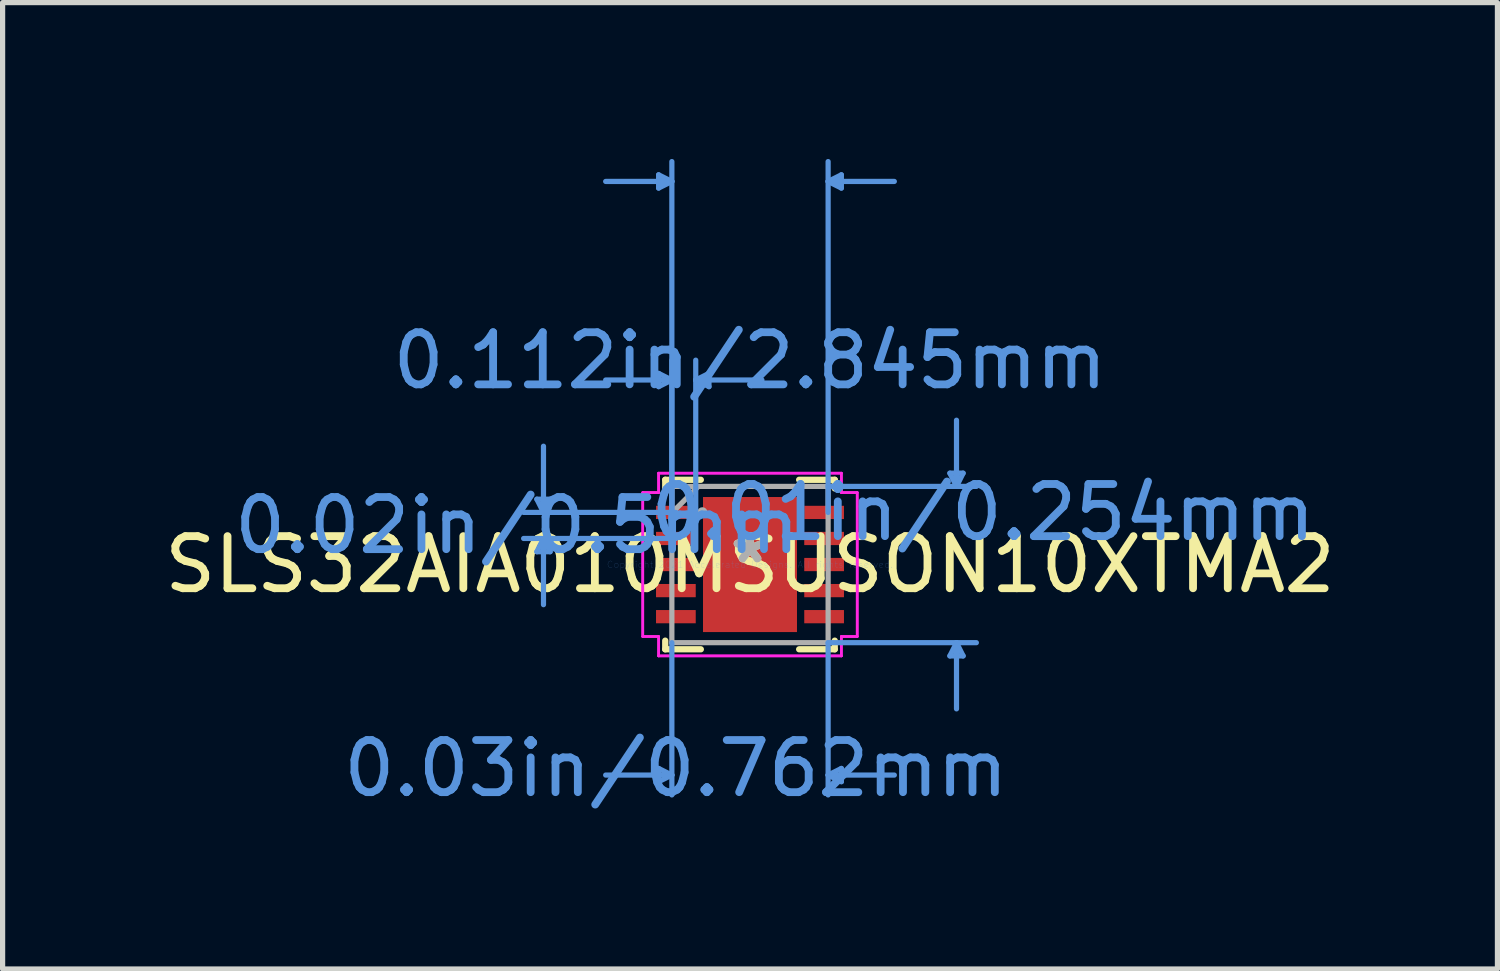
<source format=kicad_pcb>
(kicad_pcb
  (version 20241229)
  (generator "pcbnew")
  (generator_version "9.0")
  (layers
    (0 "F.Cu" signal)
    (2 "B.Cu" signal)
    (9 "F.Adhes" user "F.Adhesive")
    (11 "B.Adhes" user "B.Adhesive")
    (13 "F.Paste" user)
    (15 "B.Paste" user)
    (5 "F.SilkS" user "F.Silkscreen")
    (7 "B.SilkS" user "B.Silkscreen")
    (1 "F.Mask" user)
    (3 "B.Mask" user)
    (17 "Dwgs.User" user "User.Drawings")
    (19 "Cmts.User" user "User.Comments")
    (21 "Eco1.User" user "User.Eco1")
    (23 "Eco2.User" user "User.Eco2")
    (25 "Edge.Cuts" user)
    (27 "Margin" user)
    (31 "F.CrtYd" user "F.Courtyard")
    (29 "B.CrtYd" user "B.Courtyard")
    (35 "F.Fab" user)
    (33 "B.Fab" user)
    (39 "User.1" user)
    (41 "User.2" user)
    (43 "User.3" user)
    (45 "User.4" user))
  (footprint "SLS32AIA010MSUSON10XTMA2"
    (layer "F.Cu")
    (at 11.339 7.781)
    (property "Reference" "SLS32AIA010MSUSON10XTMA2" (at 0 0 0) (layer "F.SilkS") (effects (font (size 1 1) (thickness 0.15))))
    (attr through_hole)
    (fp_line (start -1.626 -1.626) (end -1.626 -1.46) (stroke (width 0.12) (type solid)) (layer "F.SilkS"))
    (fp_line (start -1.626 1.46) (end -1.626 1.626) (stroke (width 0.12) (type solid)) (layer "F.SilkS"))
    (fp_line (start -1.626 1.626) (end -0.943 1.626) (stroke (width 0.12) (type solid)) (layer "F.SilkS"))
    (fp_line (start -0.943 -1.626) (end -1.626 -1.626) (stroke (width 0.12) (type solid)) (layer "F.SilkS"))
    (fp_line (start 0.943 1.626) (end 1.626 1.626) (stroke (width 0.12) (type solid)) (layer "F.SilkS"))
    (fp_line (start 1.626 -1.626) (end 0.943 -1.626) (stroke (width 0.12) (type solid)) (layer "F.SilkS"))
    (fp_line (start 1.626 -1.46) (end 1.626 -1.626) (stroke (width 0.12) (type solid)) (layer "F.SilkS"))
    (fp_line (start 1.626 1.626) (end 1.626 1.46) (stroke (width 0.12) (type solid)) (layer "F.SilkS"))
    (fp_poly (pts (xy -0.802 -1.195) (xy -0.802 -0.1) (xy 0.802 -0.1) (xy 0.802 -1.195)) (stroke (width 0.1) (type solid)) (fill yes) (layer "F.Paste"))
    (fp_poly (pts (xy -0.802 0.1) (xy -0.802 1.195) (xy 0.802 1.195) (xy 0.802 0.1)) (stroke (width 0.1) (type solid)) (fill yes) (layer "F.Paste"))
    (fp_line (start -4.089 -1.254) (end -3.835 -1.254) (stroke (width 0.1) (type solid)) (layer "Cmts.User"))
    (fp_line (start -4.089 -0.246) (end -3.835 -0.246) (stroke (width 0.1) (type solid)) (layer "Cmts.User"))
    (fp_line (start -3.962 -1) (end -4.089 -1.254) (stroke (width 0.1) (type solid)) (layer "Cmts.User"))
    (fp_line (start -3.962 -1) (end -3.962 -2.27) (stroke (width 0.1) (type solid)) (layer "Cmts.User"))
    (fp_line (start -3.962 -1) (end -3.835 -1.254) (stroke (width 0.1) (type solid)) (layer "Cmts.User"))
    (fp_line (start -3.962 -0.5) (end -4.089 -0.246) (stroke (width 0.1) (type solid)) (layer "Cmts.User"))
    (fp_line (start -3.962 -0.5) (end -3.962 0.77) (stroke (width 0.1) (type solid)) (layer "Cmts.User"))
    (fp_line (start -3.962 -0.5) (end -3.835 -0.246) (stroke (width 0.1) (type solid)) (layer "Cmts.User"))
    (fp_line (start -1.753 -7.477) (end -1.753 -7.223) (stroke (width 0.1) (type solid)) (layer "Cmts.User"))
    (fp_line (start -1.753 -3.667) (end -1.753 -3.413) (stroke (width 0.1) (type solid)) (layer "Cmts.User"))
    (fp_line (start -1.753 3.912) (end -1.753 4.166) (stroke (width 0.1) (type solid)) (layer "Cmts.User"))
    (fp_line (start -1.499 -7.35) (end -2.769 -7.35) (stroke (width 0.1) (type solid)) (layer "Cmts.User"))
    (fp_line (start -1.499 -7.35) (end -1.753 -7.477) (stroke (width 0.1) (type solid)) (layer "Cmts.User"))
    (fp_line (start -1.499 -7.35) (end -1.753 -7.223) (stroke (width 0.1) (type solid)) (layer "Cmts.User"))
    (fp_line (start -1.499 -3.54) (end -2.769 -3.54) (stroke (width 0.1) (type solid)) (layer "Cmts.User"))
    (fp_line (start -1.499 -3.54) (end -1.753 -3.667) (stroke (width 0.1) (type solid)) (layer "Cmts.User"))
    (fp_line (start -1.499 -3.54) (end -1.753 -3.413) (stroke (width 0.1) (type solid)) (layer "Cmts.User"))
    (fp_line (start -1.499 -1) (end -1.499 -7.731) (stroke (width 0.1) (type solid)) (layer "Cmts.User"))
    (fp_line (start -1.499 -1) (end -1.499 -3.921) (stroke (width 0.1) (type solid)) (layer "Cmts.User"))
    (fp_line (start -1.499 1.499) (end -1.499 4.42) (stroke (width 0.1) (type solid)) (layer "Cmts.User"))
    (fp_line (start -1.499 4.039) (end -2.769 4.039) (stroke (width 0.1) (type solid)) (layer "Cmts.User"))
    (fp_line (start -1.499 4.039) (end -1.753 3.912) (stroke (width 0.1) (type solid)) (layer "Cmts.User"))
    (fp_line (start -1.499 4.039) (end -1.753 4.166) (stroke (width 0.1) (type solid)) (layer "Cmts.User"))
    (fp_line (start -1.422 -1) (end -4.343 -1) (stroke (width 0.1) (type solid)) (layer "Cmts.User"))
    (fp_line (start -1.422 -0.5) (end -4.343 -0.5) (stroke (width 0.1) (type solid)) (layer "Cmts.User"))
    (fp_line (start -1.041 -3.54) (end -0.787 -3.667) (stroke (width 0.1) (type solid)) (layer "Cmts.User"))
    (fp_line (start -1.041 -3.54) (end -0.787 -3.413) (stroke (width 0.1) (type solid)) (layer "Cmts.User"))
    (fp_line (start -1.041 -3.54) (end 0.229 -3.54) (stroke (width 0.1) (type solid)) (layer "Cmts.User"))
    (fp_line (start -1.041 -1) (end -1.041 -3.921) (stroke (width 0.1) (type solid)) (layer "Cmts.User"))
    (fp_line (start -0.787 -3.667) (end -0.787 -3.413) (stroke (width 0.1) (type solid)) (layer "Cmts.User"))
    (fp_line (start 1.499 -7.35) (end 1.753 -7.477) (stroke (width 0.1) (type solid)) (layer "Cmts.User"))
    (fp_line (start 1.499 -7.35) (end 1.753 -7.223) (stroke (width 0.1) (type solid)) (layer "Cmts.User"))
    (fp_line (start 1.499 -7.35) (end 2.769 -7.35) (stroke (width 0.1) (type solid)) (layer "Cmts.User"))
    (fp_line (start 1.499 -1.499) (end 4.343 -1.499) (stroke (width 0.1) (type solid)) (layer "Cmts.User"))
    (fp_line (start 1.499 -1) (end 1.499 -7.731) (stroke (width 0.1) (type solid)) (layer "Cmts.User"))
    (fp_line (start 1.499 1.499) (end 1.499 4.42) (stroke (width 0.1) (type solid)) (layer "Cmts.User"))
    (fp_line (start 1.499 1.499) (end 4.343 1.499) (stroke (width 0.1) (type solid)) (layer "Cmts.User"))
    (fp_line (start 1.499 4.039) (end 1.753 3.912) (stroke (width 0.1) (type solid)) (layer "Cmts.User"))
    (fp_line (start 1.499 4.039) (end 1.753 4.166) (stroke (width 0.1) (type solid)) (layer "Cmts.User"))
    (fp_line (start 1.499 4.039) (end 2.769 4.039) (stroke (width 0.1) (type solid)) (layer "Cmts.User"))
    (fp_line (start 1.753 -7.477) (end 1.753 -7.223) (stroke (width 0.1) (type solid)) (layer "Cmts.User"))
    (fp_line (start 1.753 3.912) (end 1.753 4.166) (stroke (width 0.1) (type solid)) (layer "Cmts.User"))
    (fp_line (start 3.835 -1.753) (end 4.089 -1.753) (stroke (width 0.1) (type solid)) (layer "Cmts.User"))
    (fp_line (start 3.835 1.753) (end 4.089 1.753) (stroke (width 0.1) (type solid)) (layer "Cmts.User"))
    (fp_line (start 3.962 -1.499) (end 3.835 -1.753) (stroke (width 0.1) (type solid)) (layer "Cmts.User"))
    (fp_line (start 3.962 -1.499) (end 3.962 -2.769) (stroke (width 0.1) (type solid)) (layer "Cmts.User"))
    (fp_line (start 3.962 -1.499) (end 4.089 -1.753) (stroke (width 0.1) (type solid)) (layer "Cmts.User"))
    (fp_line (start 3.962 1.499) (end 3.835 1.753) (stroke (width 0.1) (type solid)) (layer "Cmts.User"))
    (fp_line (start 3.962 1.499) (end 3.962 2.769) (stroke (width 0.1) (type solid)) (layer "Cmts.User"))
    (fp_line (start 3.962 1.499) (end 4.089 1.753) (stroke (width 0.1) (type solid)) (layer "Cmts.User"))
    (fp_line (start -2.057 -1.381) (end -1.753 -1.381) (stroke (width 0.05) (type solid)) (layer "F.CrtYd"))
    (fp_line (start -2.057 -1.381) (end -1.753 -1.381) (stroke (width 0.05) (type solid)) (layer "F.CrtYd"))
    (fp_line (start -2.057 1.381) (end -2.057 -1.381) (stroke (width 0.05) (type solid)) (layer "F.CrtYd"))
    (fp_line (start -2.057 1.381) (end -2.057 -1.381) (stroke (width 0.05) (type solid)) (layer "F.CrtYd"))
    (fp_line (start -2.057 1.381) (end -1.753 1.381) (stroke (width 0.05) (type solid)) (layer "F.CrtYd"))
    (fp_line (start -1.753 -1.753) (end 1.753 -1.753) (stroke (width 0.05) (type solid)) (layer "F.CrtYd"))
    (fp_line (start -1.753 -1.753) (end 1.753 -1.753) (stroke (width 0.05) (type solid)) (layer "F.CrtYd"))
    (fp_line (start -1.753 -1.381) (end -1.753 -1.753) (stroke (width 0.05) (type solid)) (layer "F.CrtYd"))
    (fp_line (start -1.753 -1.381) (end -1.753 -1.753) (stroke (width 0.05) (type solid)) (layer "F.CrtYd"))
    (fp_line (start -1.753 1.381) (end -2.057 1.381) (stroke (width 0.05) (type solid)) (layer "F.CrtYd"))
    (fp_line (start -1.753 1.753) (end -1.753 1.381) (stroke (width 0.05) (type solid)) (layer "F.CrtYd"))
    (fp_line (start -1.753 1.753) (end -1.753 1.381) (stroke (width 0.05) (type solid)) (layer "F.CrtYd"))
    (fp_line (start 1.753 -1.753) (end 1.753 -1.381) (stroke (width 0.05) (type solid)) (layer "F.CrtYd"))
    (fp_line (start 1.753 -1.753) (end 1.753 -1.381) (stroke (width 0.05) (type solid)) (layer "F.CrtYd"))
    (fp_line (start 1.753 -1.381) (end 2.057 -1.381) (stroke (width 0.05) (type solid)) (layer "F.CrtYd"))
    (fp_line (start 1.753 1.381) (end 1.753 1.753) (stroke (width 0.05) (type solid)) (layer "F.CrtYd"))
    (fp_line (start 1.753 1.381) (end 1.753 1.753) (stroke (width 0.05) (type solid)) (layer "F.CrtYd"))
    (fp_line (start 1.753 1.753) (end -1.753 1.753) (stroke (width 0.05) (type solid)) (layer "F.CrtYd"))
    (fp_line (start 1.753 1.753) (end -1.753 1.753) (stroke (width 0.05) (type solid)) (layer "F.CrtYd"))
    (fp_line (start 2.057 -1.381) (end 1.753 -1.381) (stroke (width 0.05) (type solid)) (layer "F.CrtYd"))
    (fp_line (start 2.057 -1.381) (end 2.057 1.381) (stroke (width 0.05) (type solid)) (layer "F.CrtYd"))
    (fp_line (start 2.057 -1.381) (end 2.057 1.381) (stroke (width 0.05) (type solid)) (layer "F.CrtYd"))
    (fp_line (start 2.057 1.381) (end 1.753 1.381) (stroke (width 0.05) (type solid)) (layer "F.CrtYd"))
    (fp_line (start 2.057 1.381) (end 1.753 1.381) (stroke (width 0.05) (type solid)) (layer "F.CrtYd"))
    (fp_line (start -1.499 -1.499) (end -1.499 1.499) (stroke (width 0.1) (type solid)) (layer "F.Fab"))
    (fp_line (start -1.499 1.499) (end 1.499 1.499) (stroke (width 0.1) (type solid)) (layer "F.Fab"))
    (fp_line (start -0.991 -1.499) (end -1.499 -0.991) (stroke (width 0.1) (type solid)) (layer "F.Fab"))
    (fp_line (start 1.499 -1.499) (end -1.499 -1.499) (stroke (width 0.1) (type solid)) (layer "F.Fab"))
    (fp_line (start 1.499 1.499) (end 1.499 -1.499) (stroke (width 0.1) (type solid)) (layer "F.Fab"))
    (fp_circle (center -0.914 -1) (end -0.914 -1) (stroke (width 0.1) (type solid)) (fill no) (layer "F.Fab"))
    (fp_text user "*" (at 0 0 0) (layer "F.SilkS") (effects (font (size 1 1) (thickness 0.15))))
    (fp_text user "0.112in/2.845mm" (at 0 -3.912 0) (layer "Cmts.User") (effects (font (size 1 1) (thickness 0.15))))
    (fp_text user "0.01in/0.254mm" (at 4.47 -1 0) (layer "Cmts.User") (effects (font (size 1 1) (thickness 0.15))))
    (fp_text user "0.03in/0.762mm" (at -1.422 3.912 0) (layer "Cmts.User") (effects (font (size 1 1) (thickness 0.15))))
    (fp_text user "Copyright 2021 Accelerated Designs. All rights reserved." (at 0 0 0) (layer "Cmts.User") (effects (font (size 0.127 0.127) (thickness 0.002))))
    (fp_text user "0.02in/0.5mm" (at -4.47 -0.75 0) (layer "Cmts.User") (effects (font (size 1 1) (thickness 0.15))))
    (fp_text user "*" (at 0 0 0) (layer "F.Fab") (effects (font (size 1 1) (thickness 0.15))))
    (pad "1" smd rect (at -1.422 -1) (size 0.762 0.254) (layers "F.Cu" "F.Mask" "F.Paste"))
    (pad "2" smd rect (at -1.422 -0.5) (size 0.762 0.254) (layers "F.Cu" "F.Mask" "F.Paste"))
    (pad "3" smd rect (at -1.422 0) (size 0.762 0.254) (layers "F.Cu" "F.Mask" "F.Paste"))
    (pad "4" smd rect (at -1.422 0.5) (size 0.762 0.254) (layers "F.Cu" "F.Mask" "F.Paste"))
    (pad "5" smd rect (at -1.422 1) (size 0.762 0.254) (layers "F.Cu" "F.Mask" "F.Paste"))
    (pad "6" smd rect (at 1.422 1) (size 0.762 0.254) (layers "F.Cu" "F.Mask" "F.Paste"))
    (pad "7" smd rect (at 1.422 0.5) (size 0.762 0.254) (layers "F.Cu" "F.Mask" "F.Paste"))
    (pad "8" smd rect (at 1.422 0) (size 0.762 0.254) (layers "F.Cu" "F.Mask" "F.Paste"))
    (pad "9" smd rect (at 1.422 -0.5) (size 0.762 0.254) (layers "F.Cu" "F.Mask" "F.Paste"))
    (pad "10" smd rect (at 1.422 -1) (size 0.762 0.254) (layers "F.Cu" "F.Mask" "F.Paste"))
    (pad "11" smd rect (at 0 0) (size 1.803 2.591) (layers "F.Cu" "F.Mask")))
  (gr_rect
    (start -3 -3)
    (end 25.679 15.541)
    (stroke (width 0.1) (type default))
    (fill no)
    (layer "Edge.Cuts")))
</source>
